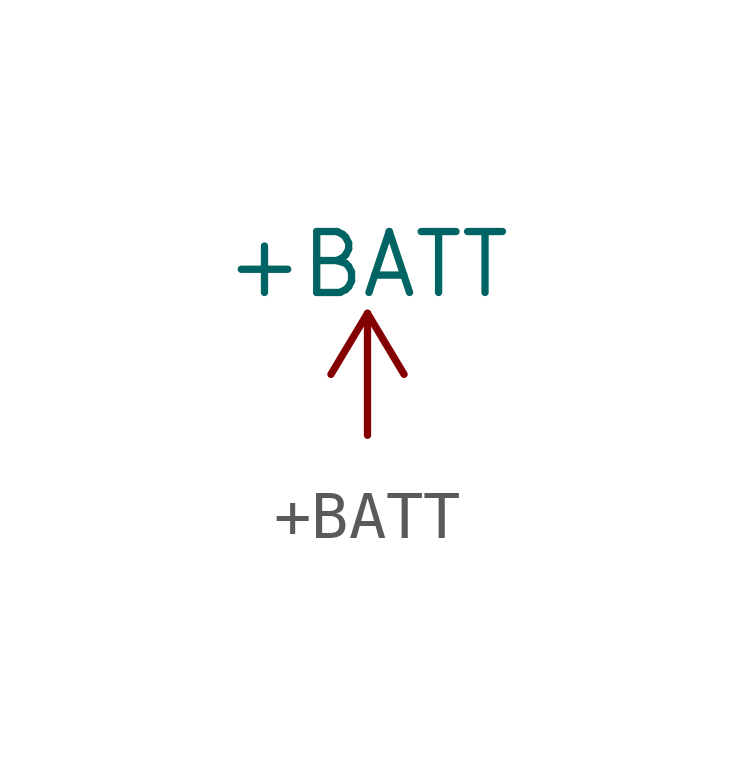
<source format=kicad_sym>
(kicad_symbol_lib
  (version 20231120)
  (generator "kicad_symbol_editor")
  (generator_version "8.0")
  (symbol "+BATT"
    (power)
    (pin_numbers hide)
    (pin_names
      (offset 0) hide)
    (property "Reference" "#PWR"
      (at 0 -3.81 0)
      (effects (font (size 1.27 1.27)) (hide yes)))
    (property "Value" "+BATT"
      (at 0 3.556 0)
      (effects (font (size 1.27 1.27))))
    (symbol "+BATT_0_1"
      (polyline (pts (xy -0.762 1.27) (xy 0 2.54)) (stroke (width 0) (type default)) (fill (type none)))
      (polyline (pts (xy 0 0) (xy 0 2.54)) (stroke (width 0) (type default)) (fill (type none)))
      (polyline (pts (xy 0 2.54) (xy 0.762 1.27)) (stroke (width 0) (type default)) (fill (type none))))
    (symbol "+BATT_1_1"
      (pin power_in line (at 0 0 90) (length 0) hide (name "+BATT" (effects (font (size 1.27 1.27)))) (number "1" (effects (font (size 1.27 1.27))))))))
</source>
